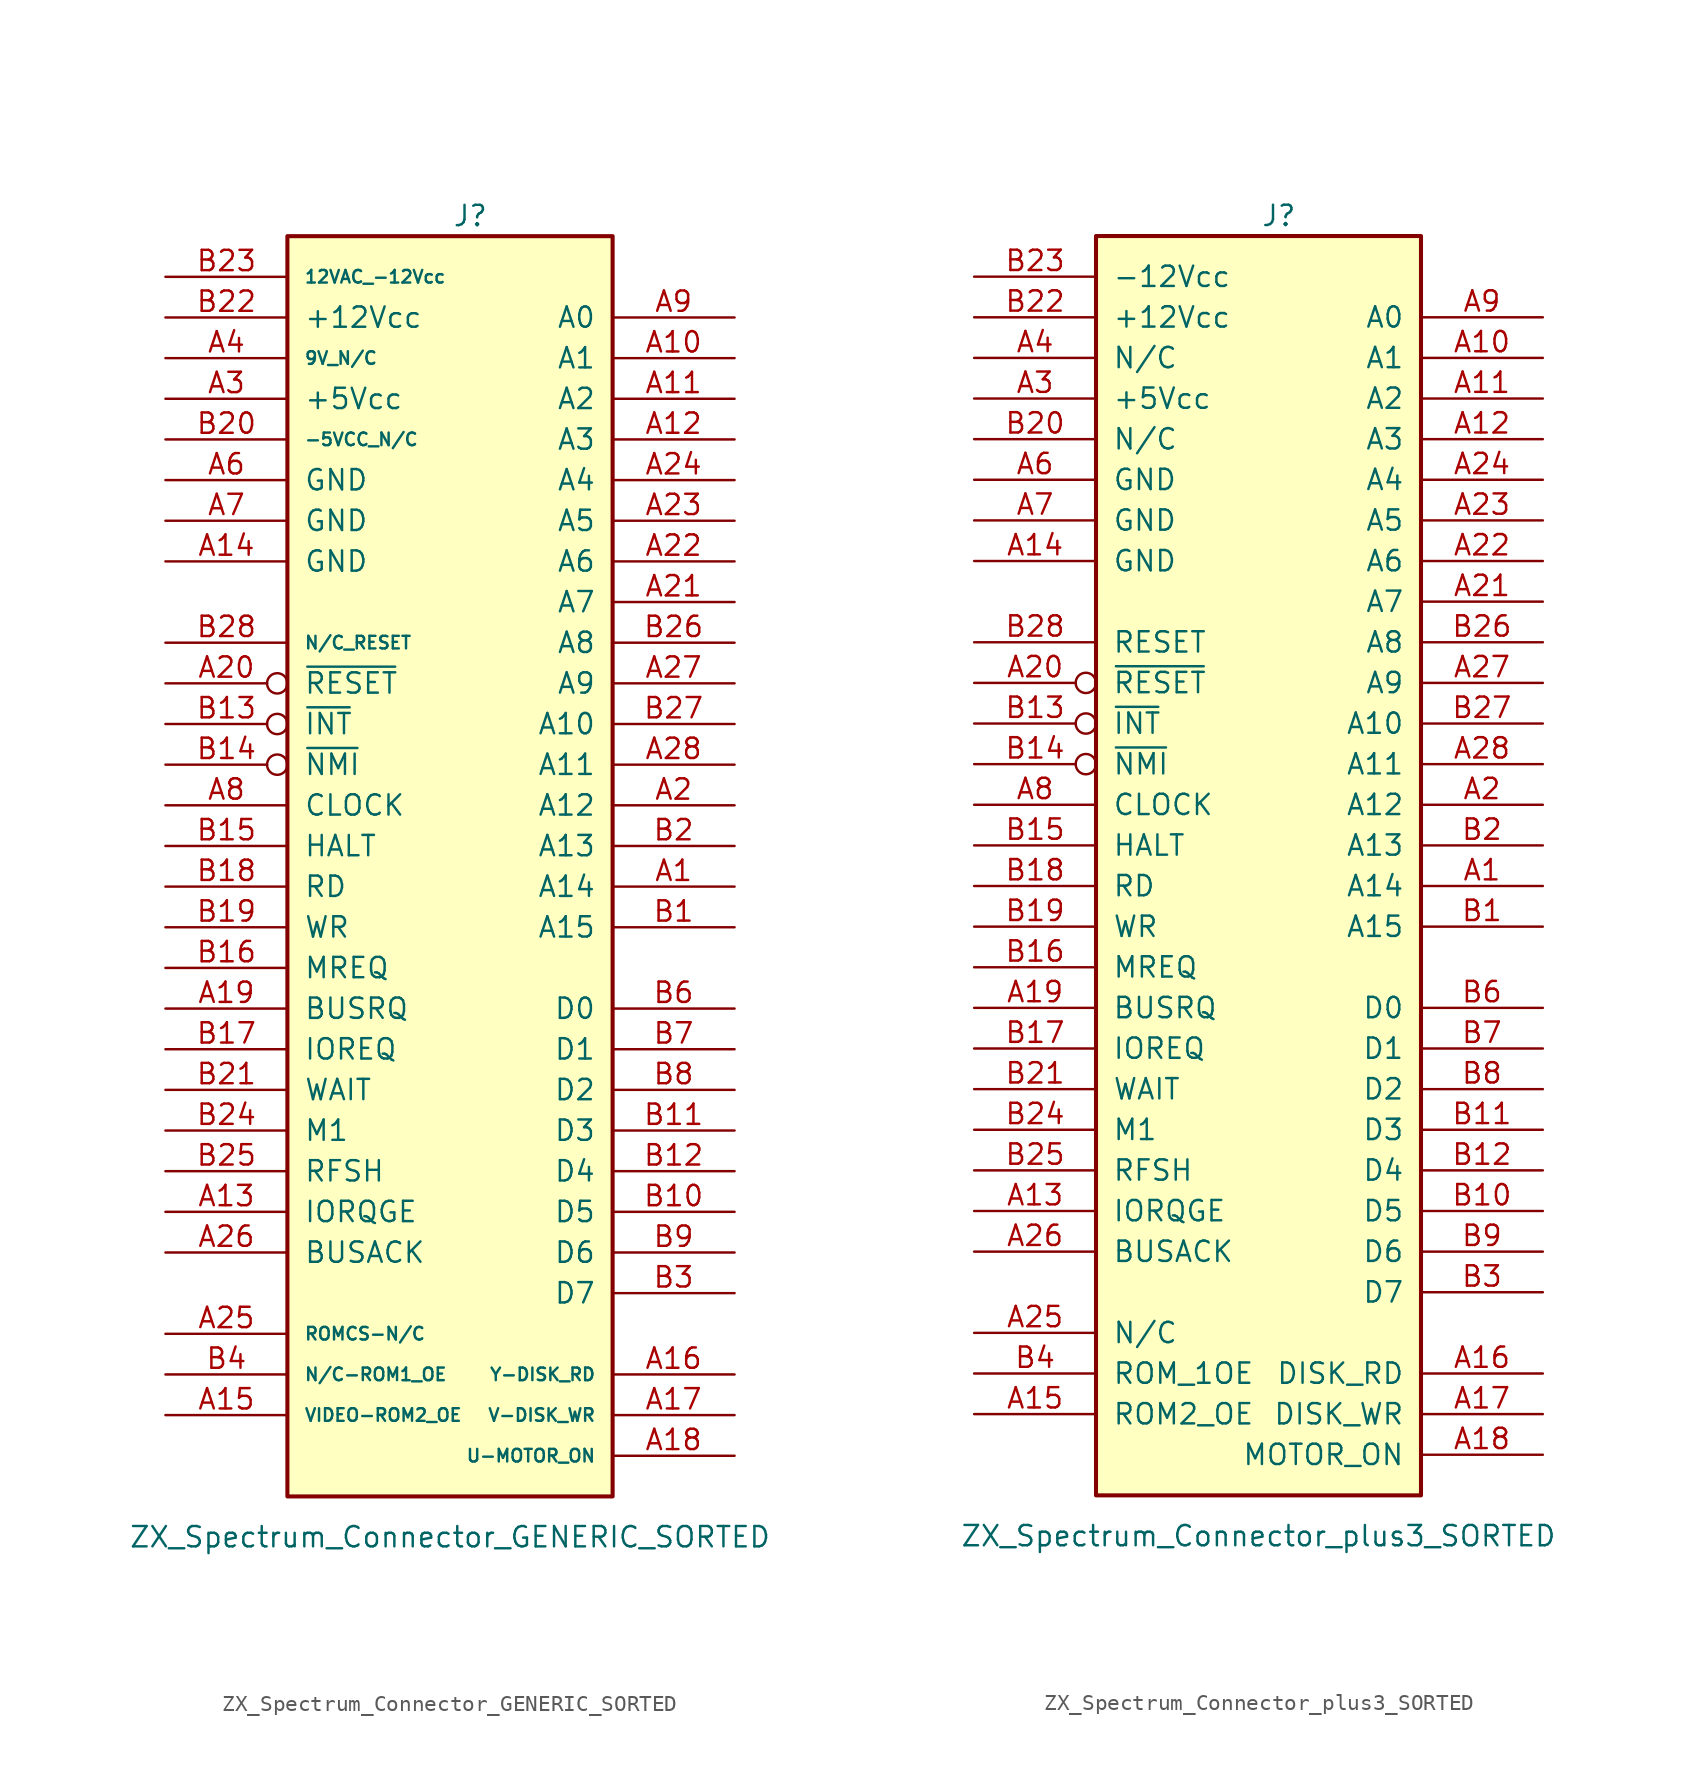
<source format=kicad_sym>
(kicad_symbol_lib
  (version 20220914)
  (generator kicad_symbol_editor)
  (symbol "ZX_Spectrum_Connector_GENERIC_SORTED"
    (pin_names
      (offset 1.016))
    (property "Reference" "J"
      (at 1.27 35.56 0)
      (effects (font (size 1.27 1.27))))
    (property "Value" "ZX_Spectrum_Connector_GENERIC_SORTED"
      (at 0 -46.99 0)
      (effects (font (size 1.27 1.27))))
    (symbol "ZX_Spectrum_Connector_GENERIC_SORTED_1_1"
      (rectangle (start -10.16 34.29) (end 10.16 -44.45) (stroke (width 0.254) (type default)) (fill (type background)))
      (pin bidirectional line (at 17.78 -6.35 180) (length 7.62) (name "A14" (effects (font (size 1.27 1.27)))) (number "A1" (effects (font (size 1.27 1.27)))))
      (pin bidirectional line (at 17.78 26.67 180) (length 7.62) (name "A1" (effects (font (size 1.27 1.27)))) (number "A10" (effects (font (size 1.27 1.27)))))
      (pin bidirectional line (at 17.78 24.13 180) (length 7.62) (name "A2" (effects (font (size 1.27 1.27)))) (number "A11" (effects (font (size 1.27 1.27)))))
      (pin bidirectional line (at 17.78 21.59 180) (length 7.62) (name "A3" (effects (font (size 1.27 1.27)))) (number "A12" (effects (font (size 1.27 1.27)))))
      (pin bidirectional line (at -17.78 -26.67 0) (length 7.62) (name "IORQGE" (effects (font (size 1.27 1.27)))) (number "A13" (effects (font (size 1.27 1.27)))))
      (pin unspecified line (at -17.78 13.97 0) (length 7.62) (name "GND" (effects (font (size 1.27 1.27)))) (number "A14" (effects (font (size 1.27 1.27)))))
      (pin unspecified line (at -17.78 -39.37 0) (length 7.62) (name "VIDEO-ROM2_OE" (effects (font (size 0.787 0.787)))) (number "A15" (effects (font (size 1.27 1.27)))))
      (pin unspecified line (at 17.78 -36.83 180) (length 7.62) (name "Y-DISK_RD" (effects (font (size 0.787 0.787)))) (number "A16" (effects (font (size 1.27 1.27)))))
      (pin unspecified line (at 17.78 -39.37 180) (length 7.62) (name "V-DISK_WR" (effects (font (size 0.787 0.787)))) (number "A17" (effects (font (size 1.27 1.27)))))
      (pin unspecified line (at 17.78 -41.91 180) (length 7.62) (name "U-MOTOR_ON" (effects (font (size 0.787 0.787)))) (number "A18" (effects (font (size 1.27 1.27)))))
      (pin bidirectional line (at -17.78 -13.97 0) (length 7.62) (name "BUSRQ" (effects (font (size 1.27 1.27)))) (number "A19" (effects (font (size 1.27 1.27)))))
      (pin bidirectional line (at 17.78 -1.27 180) (length 7.62) (name "A12" (effects (font (size 1.27 1.27)))) (number "A2" (effects (font (size 1.27 1.27)))))
      (pin bidirectional inverted (at -17.78 6.35 0) (length 7.62) (name "~{RESET}" (effects (font (size 1.27 1.27)))) (number "A20" (effects (font (size 1.27 1.27)))))
      (pin bidirectional line (at 17.78 11.43 180) (length 7.62) (name "A7" (effects (font (size 1.27 1.27)))) (number "A21" (effects (font (size 1.27 1.27)))))
      (pin bidirectional line (at 17.78 13.97 180) (length 7.62) (name "A6" (effects (font (size 1.27 1.27)))) (number "A22" (effects (font (size 1.27 1.27)))))
      (pin bidirectional line (at 17.78 16.51 180) (length 7.62) (name "A5" (effects (font (size 1.27 1.27)))) (number "A23" (effects (font (size 1.27 1.27)))))
      (pin bidirectional line (at 17.78 19.05 180) (length 7.62) (name "A4" (effects (font (size 1.27 1.27)))) (number "A24" (effects (font (size 1.27 1.27)))))
      (pin unspecified line (at -17.78 -34.29 0) (length 7.62) (name "ROMCS-N/C" (effects (font (size 0.787 0.787)))) (number "A25" (effects (font (size 1.27 1.27)))))
      (pin bidirectional line (at -17.78 -29.21 0) (length 7.62) (name "BUSACK" (effects (font (size 1.27 1.27)))) (number "A26" (effects (font (size 1.27 1.27)))))
      (pin bidirectional line (at 17.78 6.35 180) (length 7.62) (name "A9" (effects (font (size 1.27 1.27)))) (number "A27" (effects (font (size 1.27 1.27)))))
      (pin bidirectional line (at 17.78 1.27 180) (length 7.62) (name "A11" (effects (font (size 1.27 1.27)))) (number "A28" (effects (font (size 1.27 1.27)))))
      (pin unspecified line (at -17.78 24.13 0) (length 7.62) (name "+5Vcc" (effects (font (size 1.27 1.27)))) (number "A3" (effects (font (size 1.27 1.27)))))
      (pin unspecified line (at -17.78 26.67 0) (length 7.62) (name "9V_N/C" (effects (font (size 0.787 0.787)))) (number "A4" (effects (font (size 1.27 1.27)))))
      (pin unspecified line (at -17.78 19.05 0) (length 7.62) (name "GND" (effects (font (size 1.27 1.27)))) (number "A6" (effects (font (size 1.27 1.27)))))
      (pin unspecified line (at -17.78 16.51 0) (length 7.62) (name "GND" (effects (font (size 1.27 1.27)))) (number "A7" (effects (font (size 1.27 1.27)))))
      (pin bidirectional line (at -17.78 -1.27 0) (length 7.62) (name "CLOCK" (effects (font (size 1.27 1.27)))) (number "A8" (effects (font (size 1.27 1.27)))))
      (pin bidirectional line (at 17.78 29.21 180) (length 7.62) (name "A0" (effects (font (size 1.27 1.27)))) (number "A9" (effects (font (size 1.27 1.27)))))
      (pin bidirectional line (at 17.78 -8.89 180) (length 7.62) (name "A15" (effects (font (size 1.27 1.27)))) (number "B1" (effects (font (size 1.27 1.27)))))
      (pin bidirectional line (at 17.78 -26.67 180) (length 7.62) (name "D5" (effects (font (size 1.27 1.27)))) (number "B10" (effects (font (size 1.27 1.27)))))
      (pin bidirectional line (at 17.78 -21.59 180) (length 7.62) (name "D3" (effects (font (size 1.27 1.27)))) (number "B11" (effects (font (size 1.27 1.27)))))
      (pin bidirectional line (at 17.78 -24.13 180) (length 7.62) (name "D4" (effects (font (size 1.27 1.27)))) (number "B12" (effects (font (size 1.27 1.27)))))
      (pin bidirectional inverted (at -17.78 3.81 0) (length 7.62) (name "~{INT}" (effects (font (size 1.27 1.27)))) (number "B13" (effects (font (size 1.27 1.27)))))
      (pin bidirectional inverted (at -17.78 1.27 0) (length 7.62) (name "~{NMI}" (effects (font (size 1.27 1.27)))) (number "B14" (effects (font (size 1.27 1.27)))))
      (pin bidirectional line (at -17.78 -3.81 0) (length 7.62) (name "HALT" (effects (font (size 1.27 1.27)))) (number "B15" (effects (font (size 1.27 1.27)))))
      (pin bidirectional line (at -17.78 -11.43 0) (length 7.62) (name "MREQ" (effects (font (size 1.27 1.27)))) (number "B16" (effects (font (size 1.27 1.27)))))
      (pin bidirectional line (at -17.78 -16.51 0) (length 7.62) (name "IOREQ" (effects (font (size 1.27 1.27)))) (number "B17" (effects (font (size 1.27 1.27)))))
      (pin bidirectional line (at -17.78 -6.35 0) (length 7.62) (name "RD" (effects (font (size 1.27 1.27)))) (number "B18" (effects (font (size 1.27 1.27)))))
      (pin bidirectional line (at -17.78 -8.89 0) (length 7.62) (name "WR" (effects (font (size 1.27 1.27)))) (number "B19" (effects (font (size 1.27 1.27)))))
      (pin bidirectional line (at 17.78 -3.81 180) (length 7.62) (name "A13" (effects (font (size 1.27 1.27)))) (number "B2" (effects (font (size 1.27 1.27)))))
      (pin unspecified line (at -17.78 21.59 0) (length 7.62) (name "-5VCC_N/C" (effects (font (size 0.787 0.787)))) (number "B20" (effects (font (size 1.27 1.27)))))
      (pin bidirectional line (at -17.78 -19.05 0) (length 7.62) (name "WAIT" (effects (font (size 1.27 1.27)))) (number "B21" (effects (font (size 1.27 1.27)))))
      (pin unspecified line (at -17.78 29.21 0) (length 7.62) (name "+12Vcc" (effects (font (size 1.27 1.27)))) (number "B22" (effects (font (size 1.27 1.27)))))
      (pin unspecified line (at -17.78 31.75 0) (length 7.62) (name "12VAC_-12Vcc" (effects (font (size 0.787 0.787)))) (number "B23" (effects (font (size 1.27 1.27)))))
      (pin bidirectional line (at -17.78 -21.59 0) (length 7.62) (name "M1" (effects (font (size 1.27 1.27)))) (number "B24" (effects (font (size 1.27 1.27)))))
      (pin bidirectional line (at -17.78 -24.13 0) (length 7.62) (name "RFSH" (effects (font (size 1.27 1.27)))) (number "B25" (effects (font (size 1.27 1.27)))))
      (pin bidirectional line (at 17.78 8.89 180) (length 7.62) (name "A8" (effects (font (size 1.27 1.27)))) (number "B26" (effects (font (size 1.27 1.27)))))
      (pin bidirectional line (at 17.78 3.81 180) (length 7.62) (name "A10" (effects (font (size 1.27 1.27)))) (number "B27" (effects (font (size 1.27 1.27)))))
      (pin unspecified line (at -17.78 8.89 0) (length 7.62) (name "N/C_RESET" (effects (font (size 0.787 0.787)))) (number "B28" (effects (font (size 1.27 1.27)))))
      (pin bidirectional line (at 17.78 -31.75 180) (length 7.62) (name "D7" (effects (font (size 1.27 1.27)))) (number "B3" (effects (font (size 1.27 1.27)))))
      (pin unspecified line (at -17.78 -36.83 0) (length 7.62) (name "N/C-ROM1_OE" (effects (font (size 0.787 0.787)))) (number "B4" (effects (font (size 1.27 1.27)))))
      (pin bidirectional line (at 17.78 -13.97 180) (length 7.62) (name "D0" (effects (font (size 1.27 1.27)))) (number "B6" (effects (font (size 1.27 1.27)))))
      (pin bidirectional line (at 17.78 -16.51 180) (length 7.62) (name "D1" (effects (font (size 1.27 1.27)))) (number "B7" (effects (font (size 1.27 1.27)))))
      (pin bidirectional line (at 17.78 -19.05 180) (length 7.62) (name "D2" (effects (font (size 1.27 1.27)))) (number "B8" (effects (font (size 1.27 1.27)))))
      (pin bidirectional line (at 17.78 -29.21 180) (length 7.62) (name "D6" (effects (font (size 1.27 1.27)))) (number "B9" (effects (font (size 1.27 1.27)))))))
  (symbol "ZX_Spectrum_Connector_plus3_SORTED"
    (pin_names
      (offset 1.016))
    (property "Reference" "J"
      (at 1.27 35.56 0)
      (effects (font (size 1.27 1.27))))
    (property "Value" "ZX_Spectrum_Connector_plus3_SORTED"
      (at 0 -46.99 0)
      (effects (font (size 1.27 1.27))))
    (symbol "ZX_Spectrum_Connector_plus3_SORTED_1_1"
      (rectangle (start -10.16 34.29) (end 10.16 -44.45) (stroke (width 0.254) (type default)) (fill (type background)))
      (pin bidirectional line (at 17.78 -6.35 180) (length 7.62) (name "A14" (effects (font (size 1.27 1.27)))) (number "A1" (effects (font (size 1.27 1.27)))))
      (pin bidirectional line (at 17.78 26.67 180) (length 7.62) (name "A1" (effects (font (size 1.27 1.27)))) (number "A10" (effects (font (size 1.27 1.27)))))
      (pin bidirectional line (at 17.78 24.13 180) (length 7.62) (name "A2" (effects (font (size 1.27 1.27)))) (number "A11" (effects (font (size 1.27 1.27)))))
      (pin bidirectional line (at 17.78 21.59 180) (length 7.62) (name "A3" (effects (font (size 1.27 1.27)))) (number "A12" (effects (font (size 1.27 1.27)))))
      (pin bidirectional line (at -17.78 -26.67 0) (length 7.62) (name "IORQGE" (effects (font (size 1.27 1.27)))) (number "A13" (effects (font (size 1.27 1.27)))))
      (pin bidirectional line (at -17.78 13.97 0) (length 7.62) (name "GND" (effects (font (size 1.27 1.27)))) (number "A14" (effects (font (size 1.27 1.27)))))
      (pin bidirectional line (at -17.78 -39.37 0) (length 7.62) (name "ROM2_OE" (effects (font (size 1.27 1.27)))) (number "A15" (effects (font (size 1.27 1.27)))))
      (pin unspecified line (at 17.78 -36.83 180) (length 7.62) (name "DISK_RD" (effects (font (size 1.27 1.27)))) (number "A16" (effects (font (size 1.27 1.27)))))
      (pin bidirectional line (at 17.78 -39.37 180) (length 7.62) (name "DISK_WR" (effects (font (size 1.27 1.27)))) (number "A17" (effects (font (size 1.27 1.27)))))
      (pin bidirectional line (at 17.78 -41.91 180) (length 7.62) (name "MOTOR_ON" (effects (font (size 1.27 1.27)))) (number "A18" (effects (font (size 1.27 1.27)))))
      (pin bidirectional line (at -17.78 -13.97 0) (length 7.62) (name "BUSRQ" (effects (font (size 1.27 1.27)))) (number "A19" (effects (font (size 1.27 1.27)))))
      (pin bidirectional line (at 17.78 -1.27 180) (length 7.62) (name "A12" (effects (font (size 1.27 1.27)))) (number "A2" (effects (font (size 1.27 1.27)))))
      (pin bidirectional inverted (at -17.78 6.35 0) (length 7.62) (name "~{RESET}" (effects (font (size 1.27 1.27)))) (number "A20" (effects (font (size 1.27 1.27)))))
      (pin bidirectional line (at 17.78 11.43 180) (length 7.62) (name "A7" (effects (font (size 1.27 1.27)))) (number "A21" (effects (font (size 1.27 1.27)))))
      (pin bidirectional line (at 17.78 13.97 180) (length 7.62) (name "A6" (effects (font (size 1.27 1.27)))) (number "A22" (effects (font (size 1.27 1.27)))))
      (pin bidirectional line (at 17.78 16.51 180) (length 7.62) (name "A5" (effects (font (size 1.27 1.27)))) (number "A23" (effects (font (size 1.27 1.27)))))
      (pin bidirectional line (at 17.78 19.05 180) (length 7.62) (name "A4" (effects (font (size 1.27 1.27)))) (number "A24" (effects (font (size 1.27 1.27)))))
      (pin unspecified line (at -17.78 -34.29 0) (length 7.62) (name "N/C" (effects (font (size 1.27 1.27)))) (number "A25" (effects (font (size 1.27 1.27)))))
      (pin bidirectional line (at -17.78 -29.21 0) (length 7.62) (name "BUSACK" (effects (font (size 1.27 1.27)))) (number "A26" (effects (font (size 1.27 1.27)))))
      (pin bidirectional line (at 17.78 6.35 180) (length 7.62) (name "A9" (effects (font (size 1.27 1.27)))) (number "A27" (effects (font (size 1.27 1.27)))))
      (pin bidirectional line (at 17.78 1.27 180) (length 7.62) (name "A11" (effects (font (size 1.27 1.27)))) (number "A28" (effects (font (size 1.27 1.27)))))
      (pin bidirectional line (at -17.78 24.13 0) (length 7.62) (name "+5Vcc" (effects (font (size 1.27 1.27)))) (number "A3" (effects (font (size 1.27 1.27)))))
      (pin unspecified line (at -17.78 26.67 0) (length 7.62) (name "N/C" (effects (font (size 1.27 1.27)))) (number "A4" (effects (font (size 1.27 1.27)))))
      (pin bidirectional line (at -17.78 19.05 0) (length 7.62) (name "GND" (effects (font (size 1.27 1.27)))) (number "A6" (effects (font (size 1.27 1.27)))))
      (pin bidirectional line (at -17.78 16.51 0) (length 7.62) (name "GND" (effects (font (size 1.27 1.27)))) (number "A7" (effects (font (size 1.27 1.27)))))
      (pin bidirectional line (at -17.78 -1.27 0) (length 7.62) (name "CLOCK" (effects (font (size 1.27 1.27)))) (number "A8" (effects (font (size 1.27 1.27)))))
      (pin bidirectional line (at 17.78 29.21 180) (length 7.62) (name "A0" (effects (font (size 1.27 1.27)))) (number "A9" (effects (font (size 1.27 1.27)))))
      (pin bidirectional line (at 17.78 -8.89 180) (length 7.62) (name "A15" (effects (font (size 1.27 1.27)))) (number "B1" (effects (font (size 1.27 1.27)))))
      (pin bidirectional line (at 17.78 -26.67 180) (length 7.62) (name "D5" (effects (font (size 1.27 1.27)))) (number "B10" (effects (font (size 1.27 1.27)))))
      (pin bidirectional line (at 17.78 -21.59 180) (length 7.62) (name "D3" (effects (font (size 1.27 1.27)))) (number "B11" (effects (font (size 1.27 1.27)))))
      (pin bidirectional line (at 17.78 -24.13 180) (length 7.62) (name "D4" (effects (font (size 1.27 1.27)))) (number "B12" (effects (font (size 1.27 1.27)))))
      (pin bidirectional inverted (at -17.78 3.81 0) (length 7.62) (name "~{INT}" (effects (font (size 1.27 1.27)))) (number "B13" (effects (font (size 1.27 1.27)))))
      (pin bidirectional inverted (at -17.78 1.27 0) (length 7.62) (name "~{NMI}" (effects (font (size 1.27 1.27)))) (number "B14" (effects (font (size 1.27 1.27)))))
      (pin bidirectional line (at -17.78 -3.81 0) (length 7.62) (name "HALT" (effects (font (size 1.27 1.27)))) (number "B15" (effects (font (size 1.27 1.27)))))
      (pin bidirectional line (at -17.78 -11.43 0) (length 7.62) (name "MREQ" (effects (font (size 1.27 1.27)))) (number "B16" (effects (font (size 1.27 1.27)))))
      (pin bidirectional line (at -17.78 -16.51 0) (length 7.62) (name "IOREQ" (effects (font (size 1.27 1.27)))) (number "B17" (effects (font (size 1.27 1.27)))))
      (pin bidirectional line (at -17.78 -6.35 0) (length 7.62) (name "RD" (effects (font (size 1.27 1.27)))) (number "B18" (effects (font (size 1.27 1.27)))))
      (pin bidirectional line (at -17.78 -8.89 0) (length 7.62) (name "WR" (effects (font (size 1.27 1.27)))) (number "B19" (effects (font (size 1.27 1.27)))))
      (pin bidirectional line (at 17.78 -3.81 180) (length 7.62) (name "A13" (effects (font (size 1.27 1.27)))) (number "B2" (effects (font (size 1.27 1.27)))))
      (pin unspecified line (at -17.78 21.59 0) (length 7.62) (name "N/C" (effects (font (size 1.27 1.27)))) (number "B20" (effects (font (size 1.27 1.27)))))
      (pin bidirectional line (at -17.78 -19.05 0) (length 7.62) (name "WAIT" (effects (font (size 1.27 1.27)))) (number "B21" (effects (font (size 1.27 1.27)))))
      (pin bidirectional line (at -17.78 29.21 0) (length 7.62) (name "+12Vcc" (effects (font (size 1.27 1.27)))) (number "B22" (effects (font (size 1.27 1.27)))))
      (pin bidirectional line (at -17.78 31.75 0) (length 7.62) (name "-12Vcc" (effects (font (size 1.27 1.27)))) (number "B23" (effects (font (size 1.27 1.27)))))
      (pin bidirectional line (at -17.78 -21.59 0) (length 7.62) (name "M1" (effects (font (size 1.27 1.27)))) (number "B24" (effects (font (size 1.27 1.27)))))
      (pin bidirectional line (at -17.78 -24.13 0) (length 7.62) (name "RFSH" (effects (font (size 1.27 1.27)))) (number "B25" (effects (font (size 1.27 1.27)))))
      (pin bidirectional line (at 17.78 8.89 180) (length 7.62) (name "A8" (effects (font (size 1.27 1.27)))) (number "B26" (effects (font (size 1.27 1.27)))))
      (pin bidirectional line (at 17.78 3.81 180) (length 7.62) (name "A10" (effects (font (size 1.27 1.27)))) (number "B27" (effects (font (size 1.27 1.27)))))
      (pin bidirectional line (at -17.78 8.89 0) (length 7.62) (name "RESET" (effects (font (size 1.27 1.27)))) (number "B28" (effects (font (size 1.27 1.27)))))
      (pin bidirectional line (at 17.78 -31.75 180) (length 7.62) (name "D7" (effects (font (size 1.27 1.27)))) (number "B3" (effects (font (size 1.27 1.27)))))
      (pin unspecified line (at -17.78 -36.83 0) (length 7.62) (name "ROM_1OE" (effects (font (size 1.27 1.27)))) (number "B4" (effects (font (size 1.27 1.27)))))
      (pin bidirectional line (at 17.78 -13.97 180) (length 7.62) (name "D0" (effects (font (size 1.27 1.27)))) (number "B6" (effects (font (size 1.27 1.27)))))
      (pin bidirectional line (at 17.78 -16.51 180) (length 7.62) (name "D1" (effects (font (size 1.27 1.27)))) (number "B7" (effects (font (size 1.27 1.27)))))
      (pin bidirectional line (at 17.78 -19.05 180) (length 7.62) (name "D2" (effects (font (size 1.27 1.27)))) (number "B8" (effects (font (size 1.27 1.27)))))
      (pin bidirectional line (at 17.78 -29.21 180) (length 7.62) (name "D6" (effects (font (size 1.27 1.27)))) (number "B9" (effects (font (size 1.27 1.27))))))))
</source>
